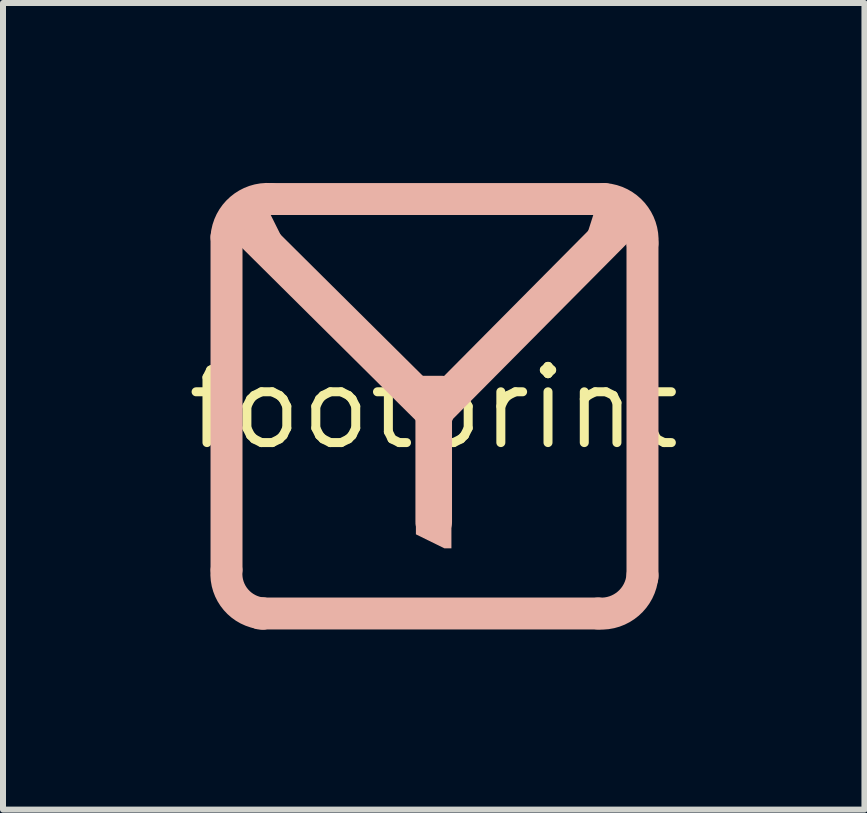
<source format=kicad_pcb>
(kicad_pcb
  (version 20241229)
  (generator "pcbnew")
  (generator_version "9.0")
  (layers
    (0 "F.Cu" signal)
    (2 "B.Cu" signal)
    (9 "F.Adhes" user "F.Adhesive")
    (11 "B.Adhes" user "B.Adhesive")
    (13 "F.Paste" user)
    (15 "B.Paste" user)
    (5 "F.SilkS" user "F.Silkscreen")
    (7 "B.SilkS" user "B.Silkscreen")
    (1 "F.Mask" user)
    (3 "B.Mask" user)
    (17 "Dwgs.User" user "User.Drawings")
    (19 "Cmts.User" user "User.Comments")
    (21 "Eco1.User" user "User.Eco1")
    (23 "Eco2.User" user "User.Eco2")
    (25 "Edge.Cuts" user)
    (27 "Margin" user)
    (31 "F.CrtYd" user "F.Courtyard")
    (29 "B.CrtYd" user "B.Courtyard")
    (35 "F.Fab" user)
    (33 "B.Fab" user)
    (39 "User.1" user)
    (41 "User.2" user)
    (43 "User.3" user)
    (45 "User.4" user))
  (footprint "footprint"
    (layer "F.Cu")
    (at 4.18 3.748)
    (property "Reference" "footprint" (at 0 0 0) (layer "F.SilkS") (effects (font (size 1.27 1.27) (thickness 0.15))))
    (fp_line (start -3.454 -2.845) (end -3.454 2.692) (stroke (width 0.533) (type solid)) (layer "B.SilkS"))
    (fp_line (start -2.845 3.429) (end -2.896 3.429) (stroke (width 0.533) (type solid)) (layer "B.SilkS"))
    (fp_line (start -2.769 -2.692) (end -3.073 -3.302) (stroke (width 0.559) (type solid)) (layer "B.SilkS"))
    (fp_line (start 0 -0.152) (end 0 1.905) (stroke (width 0.61) (type solid)) (layer "B.SilkS"))
    (fp_line (start 0 0.076) (end 3.251 -3.2) (stroke (width 0.61) (type solid)) (layer "B.SilkS"))
    (fp_line (start 0.025 0.102) (end -3.251 -3.15) (stroke (width 0.61) (type solid)) (layer "B.SilkS"))
    (fp_line (start 0.127 -0.229) (end -0.178 -0.229) (stroke (width 0.61) (type solid)) (layer "B.SilkS"))
    (fp_line (start 2.743 3.429) (end -2.845 3.429) (stroke (width 0.533) (type solid)) (layer "B.SilkS"))
    (fp_line (start 2.819 -2.794) (end 2.997 -3.353) (stroke (width 0.559) (type solid)) (layer "B.SilkS"))
    (fp_line (start 2.845 -3.48) (end -2.692 -3.48) (stroke (width 0.533) (type solid)) (layer "B.SilkS"))
    (fp_line (start 3.48 -2.743) (end 3.48 2.819) (stroke (width 0.533) (type solid)) (layer "B.SilkS"))
    (fp_arc (start -3.4544 -2.8448) (mid -3.217688 -3.314943) (end -2.717798 -3.4798) (stroke (width 0.5334) (type solid)) (layer "B.SilkS"))
    (fp_arc (start -2.8448 3.429) (mid -3.296982 3.199728) (end -3.4544 2.7178) (stroke (width 0.5334) (type solid)) (layer "B.SilkS"))
    (fp_arc (start 2.8448 -3.4798) (mid 3.314943 -3.243088) (end 3.4798 -2.743198) (stroke (width 0.5334) (type solid)) (layer "B.SilkS"))
    (fp_arc (start 3.4798 2.794) (mid 3.243088 3.264143) (end 2.743198 3.429) (stroke (width 0.5334) (type solid)) (layer "B.SilkS"))
    (fp_poly (pts (xy 0.295 1.925) (xy 0.295 2.342) (xy 0.177 2.342) (xy -0.297 2.109) (xy -0.297 1.923)) (stroke (width 0) (type solid)) (fill yes) (layer "B.SilkS")))
  (gr_rect
    (start -3 -3)
    (end 11.36 10.446)
    (stroke (width 0.1) (type default))
    (fill no)
    (layer "Edge.Cuts")))
</source>
